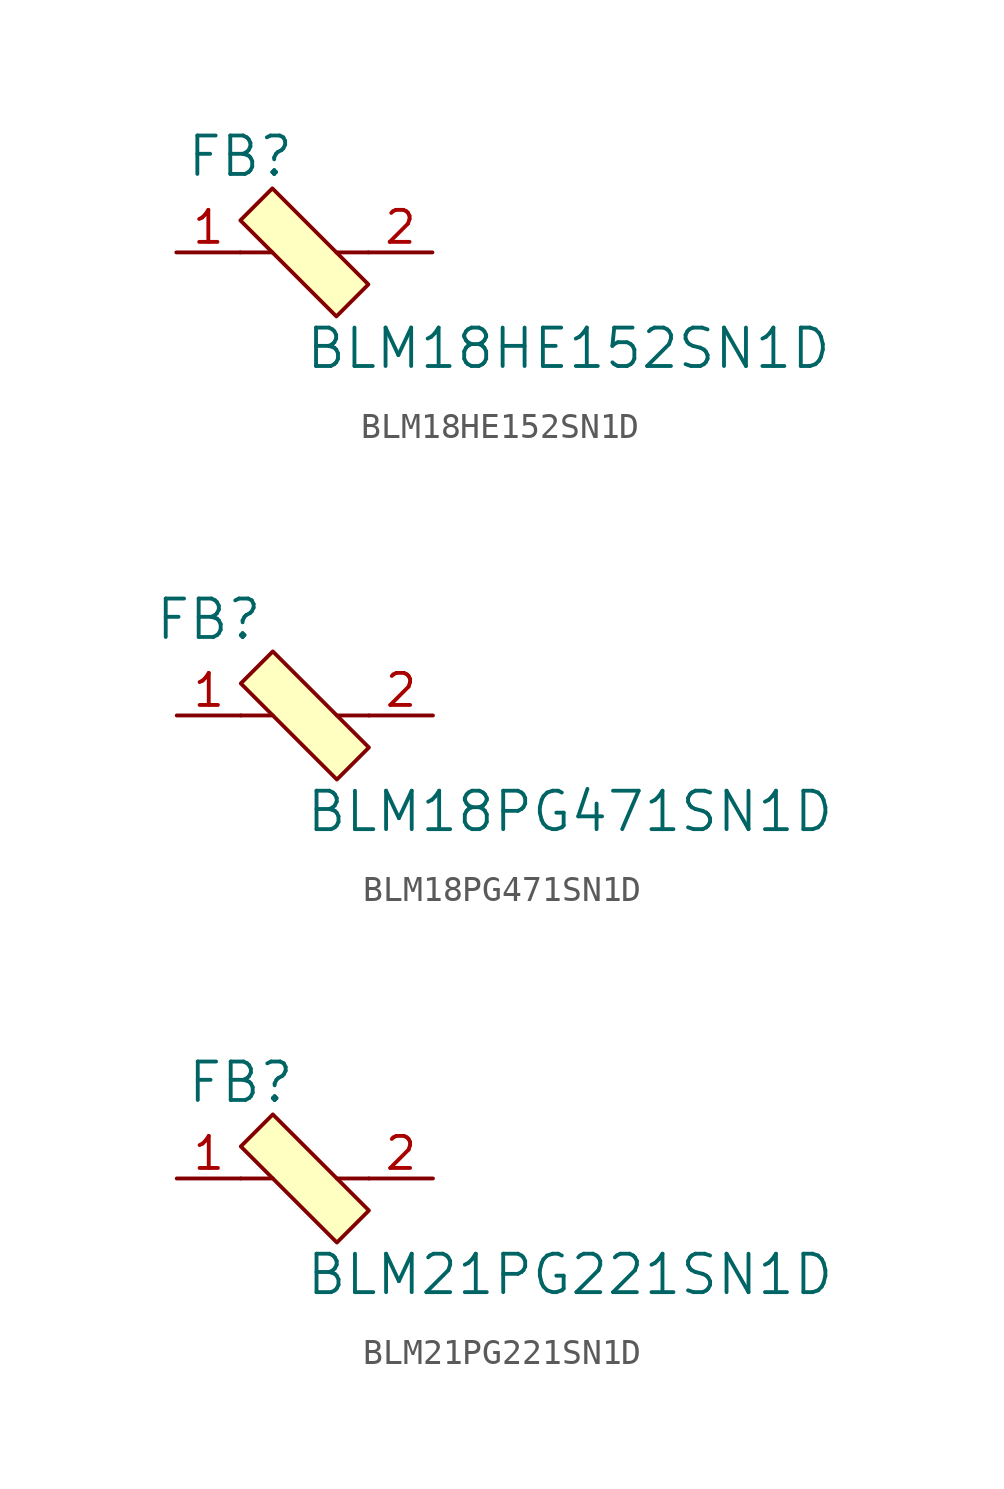
<source format=kicad_sym>
(kicad_symbol_lib
  (version 20211014)
  (generator kicad_symbol_editor)
  (symbol "BLM18HE152SN1D"
    (pin_names
      (offset 1.016))
    (property "Reference" "FB"
      (at -2.54 3.81 0)
      (effects (font (size 1.524 1.524))))
    (property "Value" "BLM18HE152SN1D"
      (at 0 -3.81 0)
      (effects (font (size 1.524 1.524)) (justify left)))
    (symbol "BLM18HE152SN1D_0_1"
      (polyline (pts (xy -1.27 0) (xy -2.54 0)) (stroke (width 0) (type default) (color 0 0 0 0)) (fill (type none)))
      (polyline (pts (xy 1.27 0) (xy 2.54 0)) (stroke (width 0) (type default) (color 0 0 0 0)) (fill (type none)))
      (polyline (pts (xy -1.27 2.54) (xy -2.54 1.27) (xy 1.27 -2.54) (xy 2.54 -1.27) (xy -1.27 2.54)) (stroke (width 0) (type default) (color 0 0 0 0)) (fill (type background))))
    (symbol "BLM18HE152SN1D_1_1"
      (pin passive line (at -5.08 0 0) (length 2.54) (name "~" (effects (font (size 1.27 1.27)))) (number "1" (effects (font (size 1.27 1.27)))))
      (pin passive line (at 5.08 0 180) (length 2.54) (name "~" (effects (font (size 1.27 1.27)))) (number "2" (effects (font (size 1.27 1.27)))))))
  (symbol "BLM18PG471SN1D"
    (pin_names
      (offset 1.016))
    (property "Reference" "FB"
      (at -3.81 3.81 0)
      (effects (font (size 1.524 1.524))))
    (property "Value" "BLM18PG471SN1D"
      (at 0 -3.81 0)
      (effects (font (size 1.524 1.524)) (justify left)))
    (symbol "BLM18PG471SN1D_0_1"
      (polyline (pts (xy -1.27 0) (xy -2.54 0)) (stroke (width 0) (type default) (color 0 0 0 0)) (fill (type none)))
      (polyline (pts (xy 1.27 0) (xy 2.54 0)) (stroke (width 0) (type default) (color 0 0 0 0)) (fill (type none)))
      (polyline (pts (xy -1.27 2.54) (xy -2.54 1.27) (xy 1.27 -2.54) (xy 2.54 -1.27) (xy -1.27 2.54)) (stroke (width 0) (type default) (color 0 0 0 0)) (fill (type background))))
    (symbol "BLM18PG471SN1D_1_1"
      (pin passive line (at -5.08 0 0) (length 2.54) (name "~" (effects (font (size 1.27 1.27)))) (number "1" (effects (font (size 1.27 1.27)))))
      (pin passive line (at 5.08 0 180) (length 2.54) (name "~" (effects (font (size 1.27 1.27)))) (number "2" (effects (font (size 1.27 1.27)))))))
  (symbol "BLM21PG221SN1D"
    (pin_names
      (offset 1.016))
    (property "Reference" "FB"
      (at -2.54 3.81 0)
      (effects (font (size 1.524 1.524))))
    (property "Value" "BLM21PG221SN1D"
      (at 0 -3.81 0)
      (effects (font (size 1.524 1.524)) (justify left)))
    (symbol "BLM21PG221SN1D_0_1"
      (polyline (pts (xy -1.27 0) (xy -2.54 0)) (stroke (width 0) (type default) (color 0 0 0 0)) (fill (type none)))
      (polyline (pts (xy 1.27 0) (xy 2.54 0)) (stroke (width 0) (type default) (color 0 0 0 0)) (fill (type none)))
      (polyline (pts (xy -1.27 2.54) (xy -2.54 1.27) (xy 1.27 -2.54) (xy 2.54 -1.27) (xy -1.27 2.54)) (stroke (width 0) (type default) (color 0 0 0 0)) (fill (type background))))
    (symbol "BLM21PG221SN1D_1_1"
      (pin passive line (at -5.08 0 0) (length 2.54) (name "~" (effects (font (size 1.27 1.27)))) (number "1" (effects (font (size 1.27 1.27)))))
      (pin passive line (at 5.08 0 180) (length 2.54) (name "~" (effects (font (size 1.27 1.27)))) (number "2" (effects (font (size 1.27 1.27))))))))
</source>
